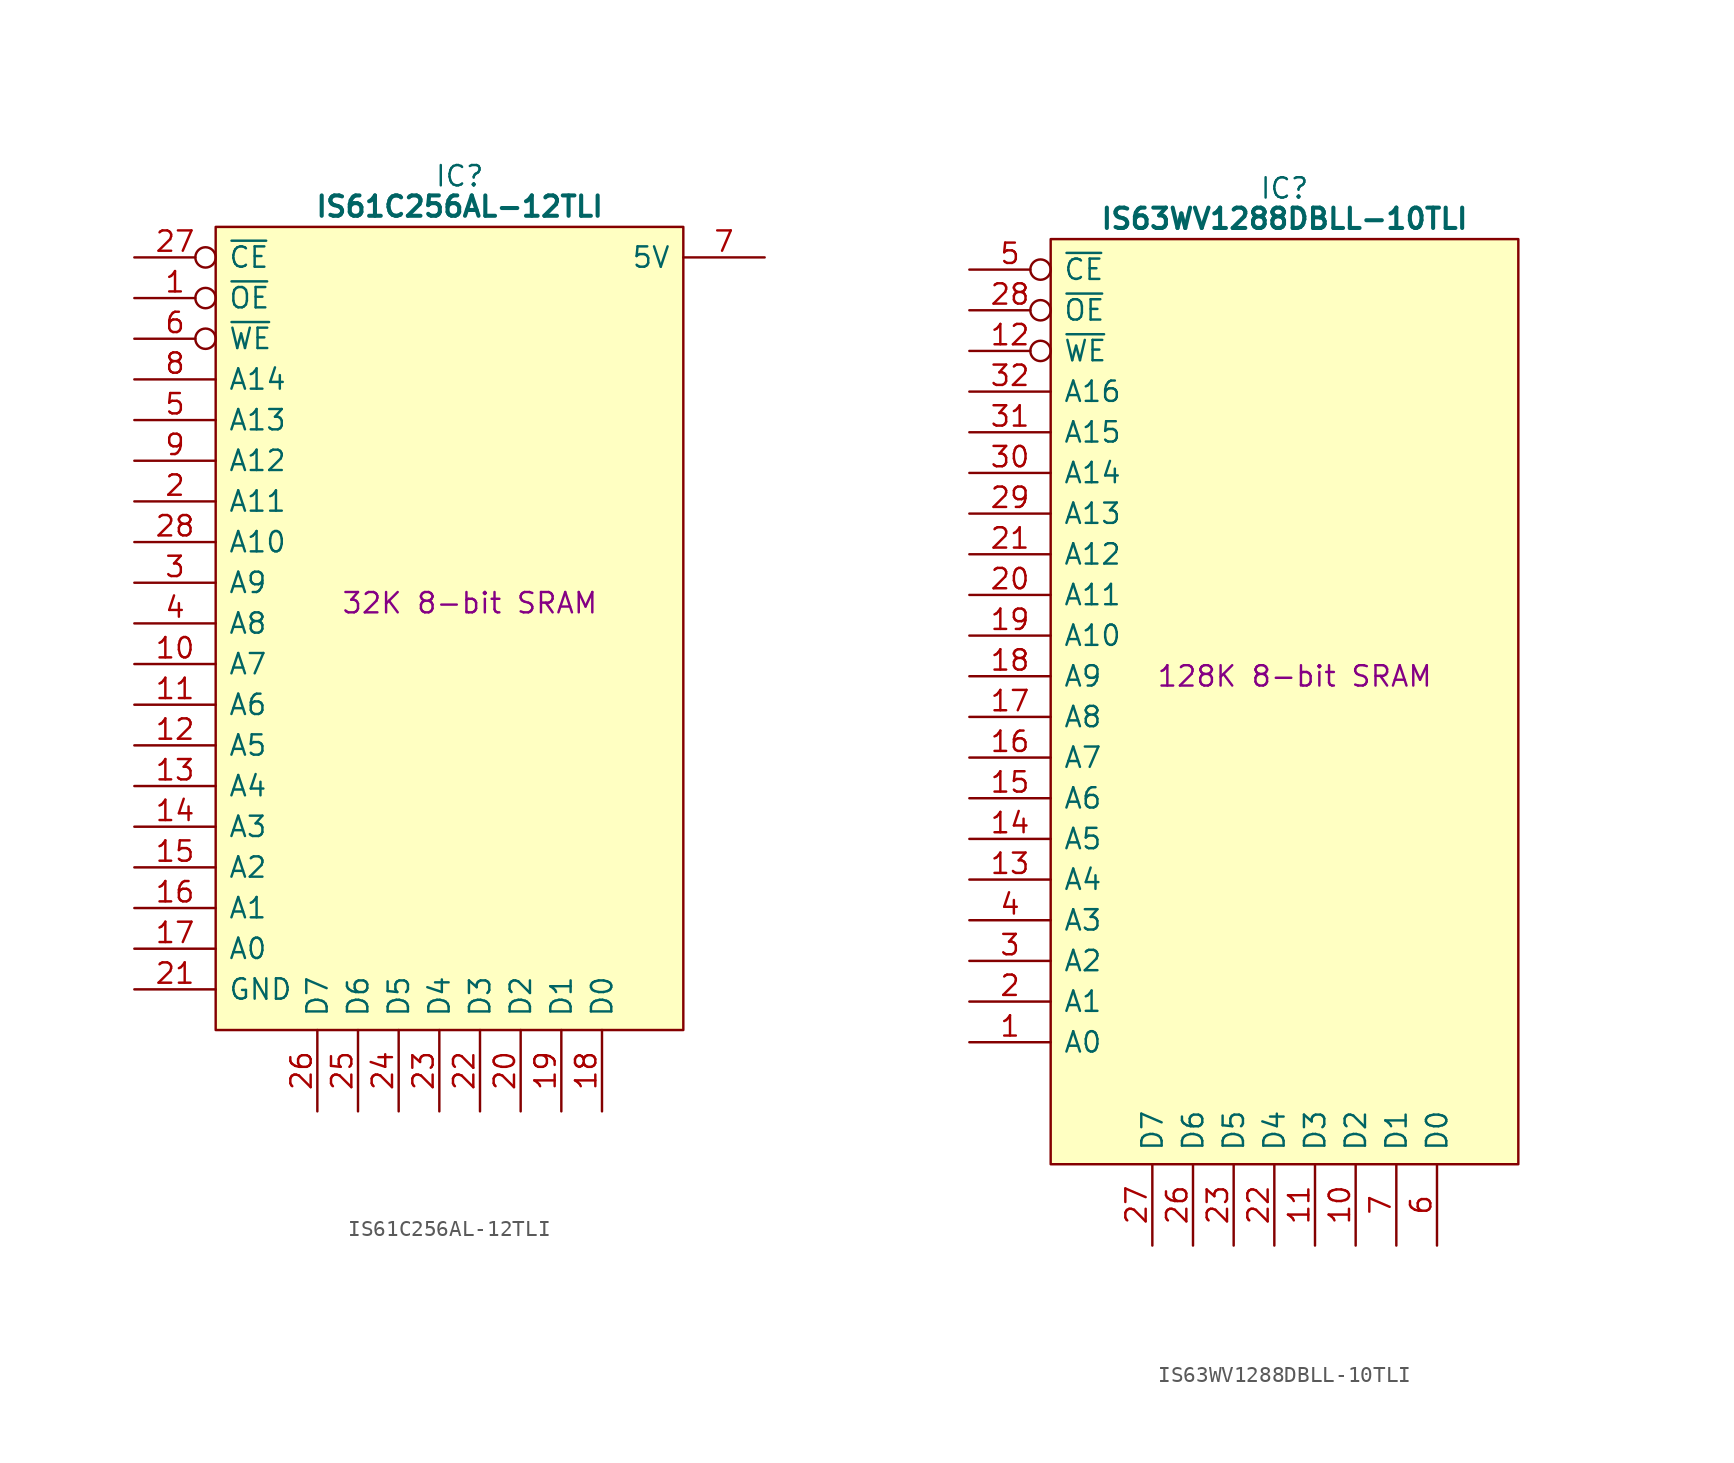
<source format=kicad_sym>
(kicad_symbol_lib
  (version 20220914)
  (generator kicad_symbol_editor)
  (symbol "IS61C256AL-12TLI"
    (pin_names
      (offset 0.762))
    (property "Reference" "IC"
      (at 20.32 5.08 0)
      (effects (font (size 1.27 1.27))))
    (property "Value" "IS61C256AL-12TLI"
      (at 20.32 3.175 0)
      (effects (font (size 1.27 1.27) bold)))
    (property "Description" "32K 8-bit SRAM"
      (at 20.955 -21.59 0)
      (effects (font (size 1.27 1.27))))
    (symbol "IS61C256AL-12TLI_0_0"
      (pin input inverted (at 0 -2.54 0) (length 5.08) (name "~{OE}" (effects (font (size 1.27 1.27)))) (number "1" (effects (font (size 1.27 1.27)))))
      (pin input line (at 0 -25.4 0) (length 5.08) (name "A7" (effects (font (size 1.27 1.27)))) (number "10" (effects (font (size 1.27 1.27)))))
      (pin input line (at 0 -27.94 0) (length 5.08) (name "A6" (effects (font (size 1.27 1.27)))) (number "11" (effects (font (size 1.27 1.27)))))
      (pin input line (at 0 -30.48 0) (length 5.08) (name "A5" (effects (font (size 1.27 1.27)))) (number "12" (effects (font (size 1.27 1.27)))))
      (pin input line (at 0 -33.02 0) (length 5.08) (name "A4" (effects (font (size 1.27 1.27)))) (number "13" (effects (font (size 1.27 1.27)))))
      (pin input line (at 0 -35.56 0) (length 5.08) (name "A3" (effects (font (size 1.27 1.27)))) (number "14" (effects (font (size 1.27 1.27)))))
      (pin input line (at 0 -38.1 0) (length 5.08) (name "A2" (effects (font (size 1.27 1.27)))) (number "15" (effects (font (size 1.27 1.27)))))
      (pin input line (at 0 -40.64 0) (length 5.08) (name "A1" (effects (font (size 1.27 1.27)))) (number "16" (effects (font (size 1.27 1.27)))))
      (pin input line (at 0 -43.18 0) (length 5.08) (name "A0" (effects (font (size 1.27 1.27)))) (number "17" (effects (font (size 1.27 1.27)))))
      (pin input line (at 0 -15.24 0) (length 5.08) (name "A11" (effects (font (size 1.27 1.27)))) (number "2" (effects (font (size 1.27 1.27)))))
      (pin input inverted (at 0 0 0) (length 5.08) (name "~{CE}" (effects (font (size 1.27 1.27)))) (number "27" (effects (font (size 1.27 1.27)))))
      (pin input line (at 0 -17.78 0) (length 5.08) (name "A10" (effects (font (size 1.27 1.27)))) (number "28" (effects (font (size 1.27 1.27)))))
      (pin input line (at 0 -20.32 0) (length 5.08) (name "A9" (effects (font (size 1.27 1.27)))) (number "3" (effects (font (size 1.27 1.27)))))
      (pin input line (at 0 -22.86 0) (length 5.08) (name "A8" (effects (font (size 1.27 1.27)))) (number "4" (effects (font (size 1.27 1.27)))))
      (pin input line (at 0 -10.16 0) (length 5.08) (name "A13" (effects (font (size 1.27 1.27)))) (number "5" (effects (font (size 1.27 1.27)))))
      (pin input inverted (at 0 -5.08 0) (length 5.08) (name "~{WE}" (effects (font (size 1.27 1.27)))) (number "6" (effects (font (size 1.27 1.27)))))
      (pin input line (at 0 -7.62 0) (length 5.08) (name "A14" (effects (font (size 1.27 1.27)))) (number "8" (effects (font (size 1.27 1.27)))))
      (pin input line (at 0 -12.7 0) (length 5.08) (name "A12" (effects (font (size 1.27 1.27)))) (number "9" (effects (font (size 1.27 1.27))))))
    (symbol "IS61C256AL-12TLI_0_1"
      (polyline (pts (xy 5.08 1.905) (xy 34.29 1.905) (xy 34.29 -48.26) (xy 5.08 -48.26) (xy 5.08 1.905)) (stroke (width 0.152) (type default)) (fill (type background))))
    (symbol "IS61C256AL-12TLI_1_0"
      (pin tri_state line (at 29.21 -53.34 90) (length 5.08) (name "D0" (effects (font (size 1.27 1.27)))) (number "18" (effects (font (size 1.27 1.27)))))
      (pin tri_state line (at 26.67 -53.34 90) (length 5.08) (name "D1" (effects (font (size 1.27 1.27)))) (number "19" (effects (font (size 1.27 1.27)))))
      (pin tri_state line (at 24.13 -53.34 90) (length 5.08) (name "D2" (effects (font (size 1.27 1.27)))) (number "20" (effects (font (size 1.27 1.27)))))
      (pin passive line (at 0 -45.72 0) (length 5.08) (name "GND" (effects (font (size 1.27 1.27)))) (number "21" (effects (font (size 1.27 1.27)))))
      (pin tri_state line (at 21.59 -53.34 90) (length 5.08) (name "D3" (effects (font (size 1.27 1.27)))) (number "22" (effects (font (size 1.27 1.27)))))
      (pin tri_state line (at 19.05 -53.34 90) (length 5.08) (name "D4" (effects (font (size 1.27 1.27)))) (number "23" (effects (font (size 1.27 1.27)))))
      (pin tri_state line (at 16.51 -53.34 90) (length 5.08) (name "D5" (effects (font (size 1.27 1.27)))) (number "24" (effects (font (size 1.27 1.27)))))
      (pin tri_state line (at 13.97 -53.34 90) (length 5.08) (name "D6" (effects (font (size 1.27 1.27)))) (number "25" (effects (font (size 1.27 1.27)))))
      (pin tri_state line (at 11.43 -53.34 90) (length 5.08) (name "D7" (effects (font (size 1.27 1.27)))) (number "26" (effects (font (size 1.27 1.27)))))
      (pin passive line (at 39.37 0 180) (length 5.08) (name "5V" (effects (font (size 1.27 1.27)))) (number "7" (effects (font (size 1.27 1.27)))))))
  (symbol "IS63WV1288DBLL-10TLI"
    (pin_names
      (offset 0.762))
    (property "Reference" "IC"
      (at 19.685 5.08 0)
      (effects (font (size 1.27 1.27))))
    (property "Value" "IS63WV1288DBLL-10TLI"
      (at 19.685 3.175 0)
      (effects (font (size 1.27 1.27) bold)))
    (property "Description" "128K 8-bit SRAM"
      (at 20.32 -25.4 0)
      (effects (font (size 1.27 1.27))))
    (symbol "IS63WV1288DBLL-10TLI_0_0"
      (pin input line (at 0 -48.26 0) (length 5.08) (name "A0" (effects (font (size 1.27 1.27)))) (number "1" (effects (font (size 1.27 1.27)))))
      (pin tri_state line (at 24.13 -60.96 90) (length 5.08) (name "D2" (effects (font (size 1.27 1.27)))) (number "10" (effects (font (size 1.27 1.27)))))
      (pin tri_state line (at 21.59 -60.96 90) (length 5.08) (name "D3" (effects (font (size 1.27 1.27)))) (number "11" (effects (font (size 1.27 1.27)))))
      (pin input inverted (at 0 -5.08 0) (length 5.08) (name "~{WE}" (effects (font (size 1.27 1.27)))) (number "12" (effects (font (size 1.27 1.27)))))
      (pin input line (at 0 -38.1 0) (length 5.08) (name "A4" (effects (font (size 1.27 1.27)))) (number "13" (effects (font (size 1.27 1.27)))))
      (pin input line (at 0 -35.56 0) (length 5.08) (name "A5" (effects (font (size 1.27 1.27)))) (number "14" (effects (font (size 1.27 1.27)))))
      (pin input line (at 0 -33.02 0) (length 5.08) (name "A6" (effects (font (size 1.27 1.27)))) (number "15" (effects (font (size 1.27 1.27)))))
      (pin input line (at 0 -30.48 0) (length 5.08) (name "A7" (effects (font (size 1.27 1.27)))) (number "16" (effects (font (size 1.27 1.27)))))
      (pin input line (at 0 -27.94 0) (length 5.08) (name "A8" (effects (font (size 1.27 1.27)))) (number "17" (effects (font (size 1.27 1.27)))))
      (pin input line (at 0 -25.4 0) (length 5.08) (name "A9" (effects (font (size 1.27 1.27)))) (number "18" (effects (font (size 1.27 1.27)))))
      (pin input line (at 0 -22.86 0) (length 5.08) (name "A10" (effects (font (size 1.27 1.27)))) (number "19" (effects (font (size 1.27 1.27)))))
      (pin input line (at 0 -45.72 0) (length 5.08) (name "A1" (effects (font (size 1.27 1.27)))) (number "2" (effects (font (size 1.27 1.27)))))
      (pin input line (at 0 -20.32 0) (length 5.08) (name "A11" (effects (font (size 1.27 1.27)))) (number "20" (effects (font (size 1.27 1.27)))))
      (pin input line (at 0 -17.78 0) (length 5.08) (name "A12" (effects (font (size 1.27 1.27)))) (number "21" (effects (font (size 1.27 1.27)))))
      (pin tri_state line (at 19.05 -60.96 90) (length 5.08) (name "D4" (effects (font (size 1.27 1.27)))) (number "22" (effects (font (size 1.27 1.27)))))
      (pin tri_state line (at 16.51 -60.96 90) (length 5.08) (name "D5" (effects (font (size 1.27 1.27)))) (number "23" (effects (font (size 1.27 1.27)))))
      (pin tri_state line (at 13.97 -60.96 90) (length 5.08) (name "D6" (effects (font (size 1.27 1.27)))) (number "26" (effects (font (size 1.27 1.27)))))
      (pin tri_state line (at 11.43 -60.96 90) (length 5.08) (name "D7" (effects (font (size 1.27 1.27)))) (number "27" (effects (font (size 1.27 1.27)))))
      (pin input inverted (at 0 -2.54 0) (length 5.08) (name "~{OE}" (effects (font (size 1.27 1.27)))) (number "28" (effects (font (size 1.27 1.27)))))
      (pin input line (at 0 -15.24 0) (length 5.08) (name "A13" (effects (font (size 1.27 1.27)))) (number "29" (effects (font (size 1.27 1.27)))))
      (pin input line (at 0 -43.18 0) (length 5.08) (name "A2" (effects (font (size 1.27 1.27)))) (number "3" (effects (font (size 1.27 1.27)))))
      (pin input line (at 0 -12.7 0) (length 5.08) (name "A14" (effects (font (size 1.27 1.27)))) (number "30" (effects (font (size 1.27 1.27)))))
      (pin input line (at 0 -10.16 0) (length 5.08) (name "A15" (effects (font (size 1.27 1.27)))) (number "31" (effects (font (size 1.27 1.27)))))
      (pin input line (at 0 -7.62 0) (length 5.08) (name "A16" (effects (font (size 1.27 1.27)))) (number "32" (effects (font (size 1.27 1.27)))))
      (pin input line (at 0 -40.64 0) (length 5.08) (name "A3" (effects (font (size 1.27 1.27)))) (number "4" (effects (font (size 1.27 1.27)))))
      (pin tri_state line (at 26.67 -60.96 90) (length 5.08) (name "D1" (effects (font (size 1.27 1.27)))) (number "7" (effects (font (size 1.27 1.27))))))
    (symbol "IS63WV1288DBLL-10TLI_0_1"
      (polyline (pts (xy 5.08 1.905) (xy 34.29 1.905) (xy 34.29 -55.88) (xy 5.08 -55.88) (xy 5.08 1.905)) (stroke (width 0.152) (type default)) (fill (type background))))
    (symbol "IS63WV1288DBLL-10TLI_1_0"
      (pin passive line (at 39.37 -2.54 180) (length 5.08) hide (name "3V" (effects (font (size 1.27 1.27)))) (number "24" (effects (font (size 1.27 1.27)))))
      (pin passive line (at 0 -50.8 0) (length 5.08) hide (name "GND" (effects (font (size 1.27 1.27)))) (number "25" (effects (font (size 1.27 1.27)))))
      (pin input inverted (at 0 0 0) (length 5.08) (name "~{CE}" (effects (font (size 1.27 1.27)))) (number "5" (effects (font (size 1.27 1.27)))))
      (pin tri_state line (at 29.21 -60.96 90) (length 5.08) (name "D0" (effects (font (size 1.27 1.27)))) (number "6" (effects (font (size 1.27 1.27)))))
      (pin passive line (at 39.37 0 180) (length 5.08) hide (name "3V" (effects (font (size 1.27 1.27)))) (number "8" (effects (font (size 1.27 1.27)))))
      (pin passive line (at 0 -53.34 0) (length 5.08) hide (name "GND" (effects (font (size 1.27 1.27)))) (number "9" (effects (font (size 1.27 1.27))))))))
</source>
